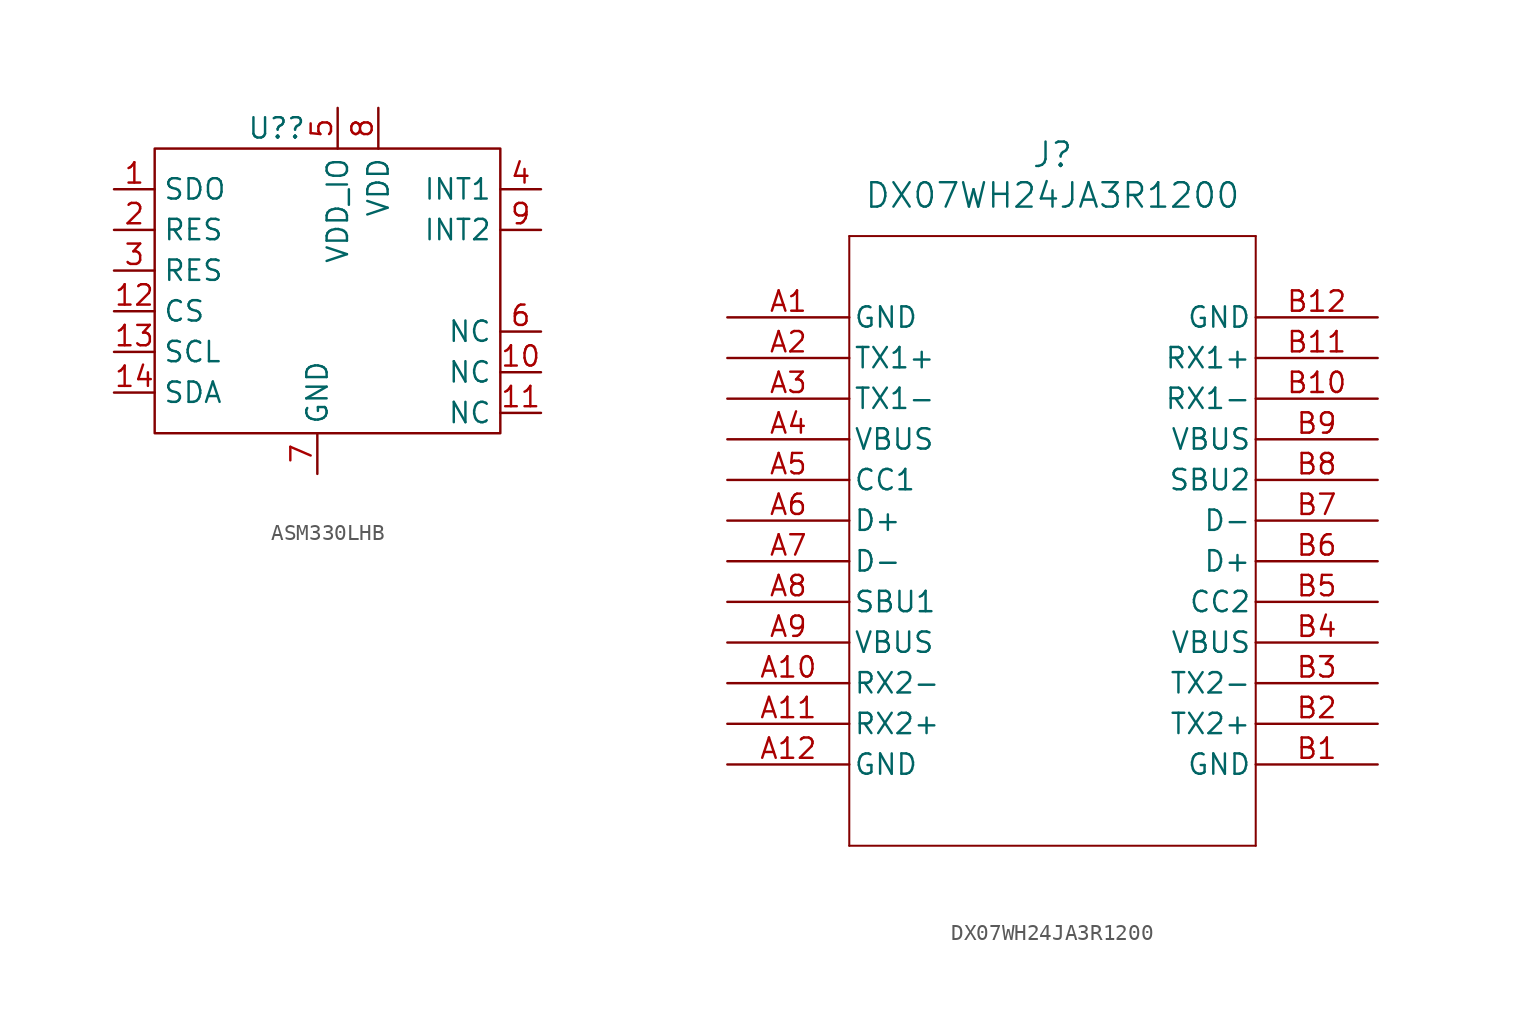
<source format=kicad_sym>
(kicad_symbol_lib
  (version 20220914)
  (generator kicad_symbol_editor)
  (symbol "ASM330LHB"
    (property "Reference" "U?"
      (at 3.81 7.62 0)
      (effects (font (size 1.27 1.27))))
    (property "Value" ""
      (at 0 0 0)
      (effects (font (size 1.27 1.27))))
    (symbol "ASM330LHB_0_1"
      (rectangle (start -3.81 6.35) (end 17.78 -11.43) (stroke (width 0) (type default)) (fill (type none))))
    (symbol "ASM330LHB_1_1"
      (pin input line (at -6.35 3.81 0) (length 2.54) (name "SDO" (effects (font (size 1.27 1.27)))) (number "1" (effects (font (size 1.27 1.27)))))
      (pin input line (at 20.32 -7.62 180) (length 2.54) (name "NC" (effects (font (size 1.27 1.27)))) (number "10" (effects (font (size 1.27 1.27)))))
      (pin input line (at 20.32 -10.16 180) (length 2.54) (name "NC" (effects (font (size 1.27 1.27)))) (number "11" (effects (font (size 1.27 1.27)))))
      (pin input line (at -6.35 -3.81 0) (length 2.54) (name "CS" (effects (font (size 1.27 1.27)))) (number "12" (effects (font (size 1.27 1.27)))))
      (pin input line (at -6.35 -6.35 0) (length 2.54) (name "SCL" (effects (font (size 1.27 1.27)))) (number "13" (effects (font (size 1.27 1.27)))))
      (pin input line (at -6.35 -8.89 0) (length 2.54) (name "SDA" (effects (font (size 1.27 1.27)))) (number "14" (effects (font (size 1.27 1.27)))))
      (pin input line (at -6.35 1.27 0) (length 2.54) (name "RES" (effects (font (size 1.27 1.27)))) (number "2" (effects (font (size 1.27 1.27)))))
      (pin input line (at -6.35 -1.27 0) (length 2.54) (name "RES" (effects (font (size 1.27 1.27)))) (number "3" (effects (font (size 1.27 1.27)))))
      (pin input line (at 20.32 3.81 180) (length 2.54) (name "INT1" (effects (font (size 1.27 1.27)))) (number "4" (effects (font (size 1.27 1.27)))))
      (pin input line (at 7.62 8.89 270) (length 2.54) (name "VDD_IO" (effects (font (size 1.27 1.27)))) (number "5" (effects (font (size 1.27 1.27)))))
      (pin input line (at 20.32 -5.08 180) (length 2.54) (name "NC" (effects (font (size 1.27 1.27)))) (number "6" (effects (font (size 1.27 1.27)))))
      (pin input line (at 6.35 -13.97 90) (length 2.54) (name "GND" (effects (font (size 1.27 1.27)))) (number "7" (effects (font (size 1.27 1.27)))))
      (pin input line (at 10.16 8.89 270) (length 2.54) (name "VDD" (effects (font (size 1.27 1.27)))) (number "8" (effects (font (size 1.27 1.27)))))
      (pin input line (at 20.32 1.27 180) (length 2.54) (name "INT2" (effects (font (size 1.27 1.27)))) (number "9" (effects (font (size 1.27 1.27)))))))
  (symbol "DX07WH24JA3R1200"
    (pin_names
      (offset 0.254))
    (property "Reference" "J"
      (at 20.32 10.16 0)
      (effects (font (size 1.524 1.524))))
    (property "Value" "DX07WH24JA3R1200"
      (at 20.32 7.62 0)
      (effects (font (size 1.524 1.524))))
    (property "ki_locked" ""
      (at 0 0 0)
      (effects (font (size 1.27 1.27))))
    (symbol "DX07WH24JA3R1200_0_1"
      (polyline (pts (xy 7.62 -33.02) (xy 33.02 -33.02)) (stroke (width 0.127) (type default)) (fill (type none)))
      (polyline (pts (xy 7.62 5.08) (xy 7.62 -33.02)) (stroke (width 0.127) (type default)) (fill (type none)))
      (polyline (pts (xy 33.02 -33.02) (xy 33.02 5.08)) (stroke (width 0.127) (type default)) (fill (type none)))
      (polyline (pts (xy 33.02 5.08) (xy 7.62 5.08)) (stroke (width 0.127) (type default)) (fill (type none)))
      (pin power_out line (at 0 0 0) (length 7.62) (name "GND" (effects (font (size 1.27 1.27)))) (number "A1" (effects (font (size 1.27 1.27)))))
      (pin bidirectional line (at 0 -22.86 0) (length 7.62) (name "RX2-" (effects (font (size 1.27 1.27)))) (number "A10" (effects (font (size 1.27 1.27)))))
      (pin bidirectional line (at 0 -25.4 0) (length 7.62) (name "RX2+" (effects (font (size 1.27 1.27)))) (number "A11" (effects (font (size 1.27 1.27)))))
      (pin power_out line (at 0 -27.94 0) (length 7.62) (name "GND" (effects (font (size 1.27 1.27)))) (number "A12" (effects (font (size 1.27 1.27)))))
      (pin bidirectional line (at 0 -2.54 0) (length 7.62) (name "TX1+" (effects (font (size 1.27 1.27)))) (number "A2" (effects (font (size 1.27 1.27)))))
      (pin bidirectional line (at 0 -5.08 0) (length 7.62) (name "TX1-" (effects (font (size 1.27 1.27)))) (number "A3" (effects (font (size 1.27 1.27)))))
      (pin power_in line (at 0 -7.62 0) (length 7.62) (name "VBUS" (effects (font (size 1.27 1.27)))) (number "A4" (effects (font (size 1.27 1.27)))))
      (pin bidirectional line (at 0 -10.16 0) (length 7.62) (name "CC1" (effects (font (size 1.27 1.27)))) (number "A5" (effects (font (size 1.27 1.27)))))
      (pin unspecified line (at 0 -12.7 0) (length 7.62) (name "D+" (effects (font (size 1.27 1.27)))) (number "A6" (effects (font (size 1.27 1.27)))))
      (pin bidirectional line (at 0 -15.24 0) (length 7.62) (name "D-" (effects (font (size 1.27 1.27)))) (number "A7" (effects (font (size 1.27 1.27)))))
      (pin bidirectional line (at 0 -17.78 0) (length 7.62) (name "SBU1" (effects (font (size 1.27 1.27)))) (number "A8" (effects (font (size 1.27 1.27)))))
      (pin power_in line (at 0 -20.32 0) (length 7.62) (name "VBUS" (effects (font (size 1.27 1.27)))) (number "A9" (effects (font (size 1.27 1.27)))))
      (pin power_out line (at 40.64 -27.94 180) (length 7.62) (name "GND" (effects (font (size 1.27 1.27)))) (number "B1" (effects (font (size 1.27 1.27)))))
      (pin bidirectional line (at 40.64 -5.08 180) (length 7.62) (name "RX1-" (effects (font (size 1.27 1.27)))) (number "B10" (effects (font (size 1.27 1.27)))))
      (pin bidirectional line (at 40.64 -2.54 180) (length 7.62) (name "RX1+" (effects (font (size 1.27 1.27)))) (number "B11" (effects (font (size 1.27 1.27)))))
      (pin power_out line (at 40.64 0 180) (length 7.62) (name "GND" (effects (font (size 1.27 1.27)))) (number "B12" (effects (font (size 1.27 1.27)))))
      (pin bidirectional line (at 40.64 -25.4 180) (length 7.62) (name "TX2+" (effects (font (size 1.27 1.27)))) (number "B2" (effects (font (size 1.27 1.27)))))
      (pin bidirectional line (at 40.64 -22.86 180) (length 7.62) (name "TX2-" (effects (font (size 1.27 1.27)))) (number "B3" (effects (font (size 1.27 1.27)))))
      (pin power_in line (at 40.64 -20.32 180) (length 7.62) (name "VBUS" (effects (font (size 1.27 1.27)))) (number "B4" (effects (font (size 1.27 1.27)))))
      (pin bidirectional line (at 40.64 -17.78 180) (length 7.62) (name "CC2" (effects (font (size 1.27 1.27)))) (number "B5" (effects (font (size 1.27 1.27)))))
      (pin unspecified line (at 40.64 -15.24 180) (length 7.62) (name "D+" (effects (font (size 1.27 1.27)))) (number "B6" (effects (font (size 1.27 1.27)))))
      (pin bidirectional line (at 40.64 -12.7 180) (length 7.62) (name "D-" (effects (font (size 1.27 1.27)))) (number "B7" (effects (font (size 1.27 1.27)))))
      (pin bidirectional line (at 40.64 -10.16 180) (length 7.62) (name "SBU2" (effects (font (size 1.27 1.27)))) (number "B8" (effects (font (size 1.27 1.27)))))
      (pin power_in line (at 40.64 -7.62 180) (length 7.62) (name "VBUS" (effects (font (size 1.27 1.27)))) (number "B9" (effects (font (size 1.27 1.27))))))))
</source>
